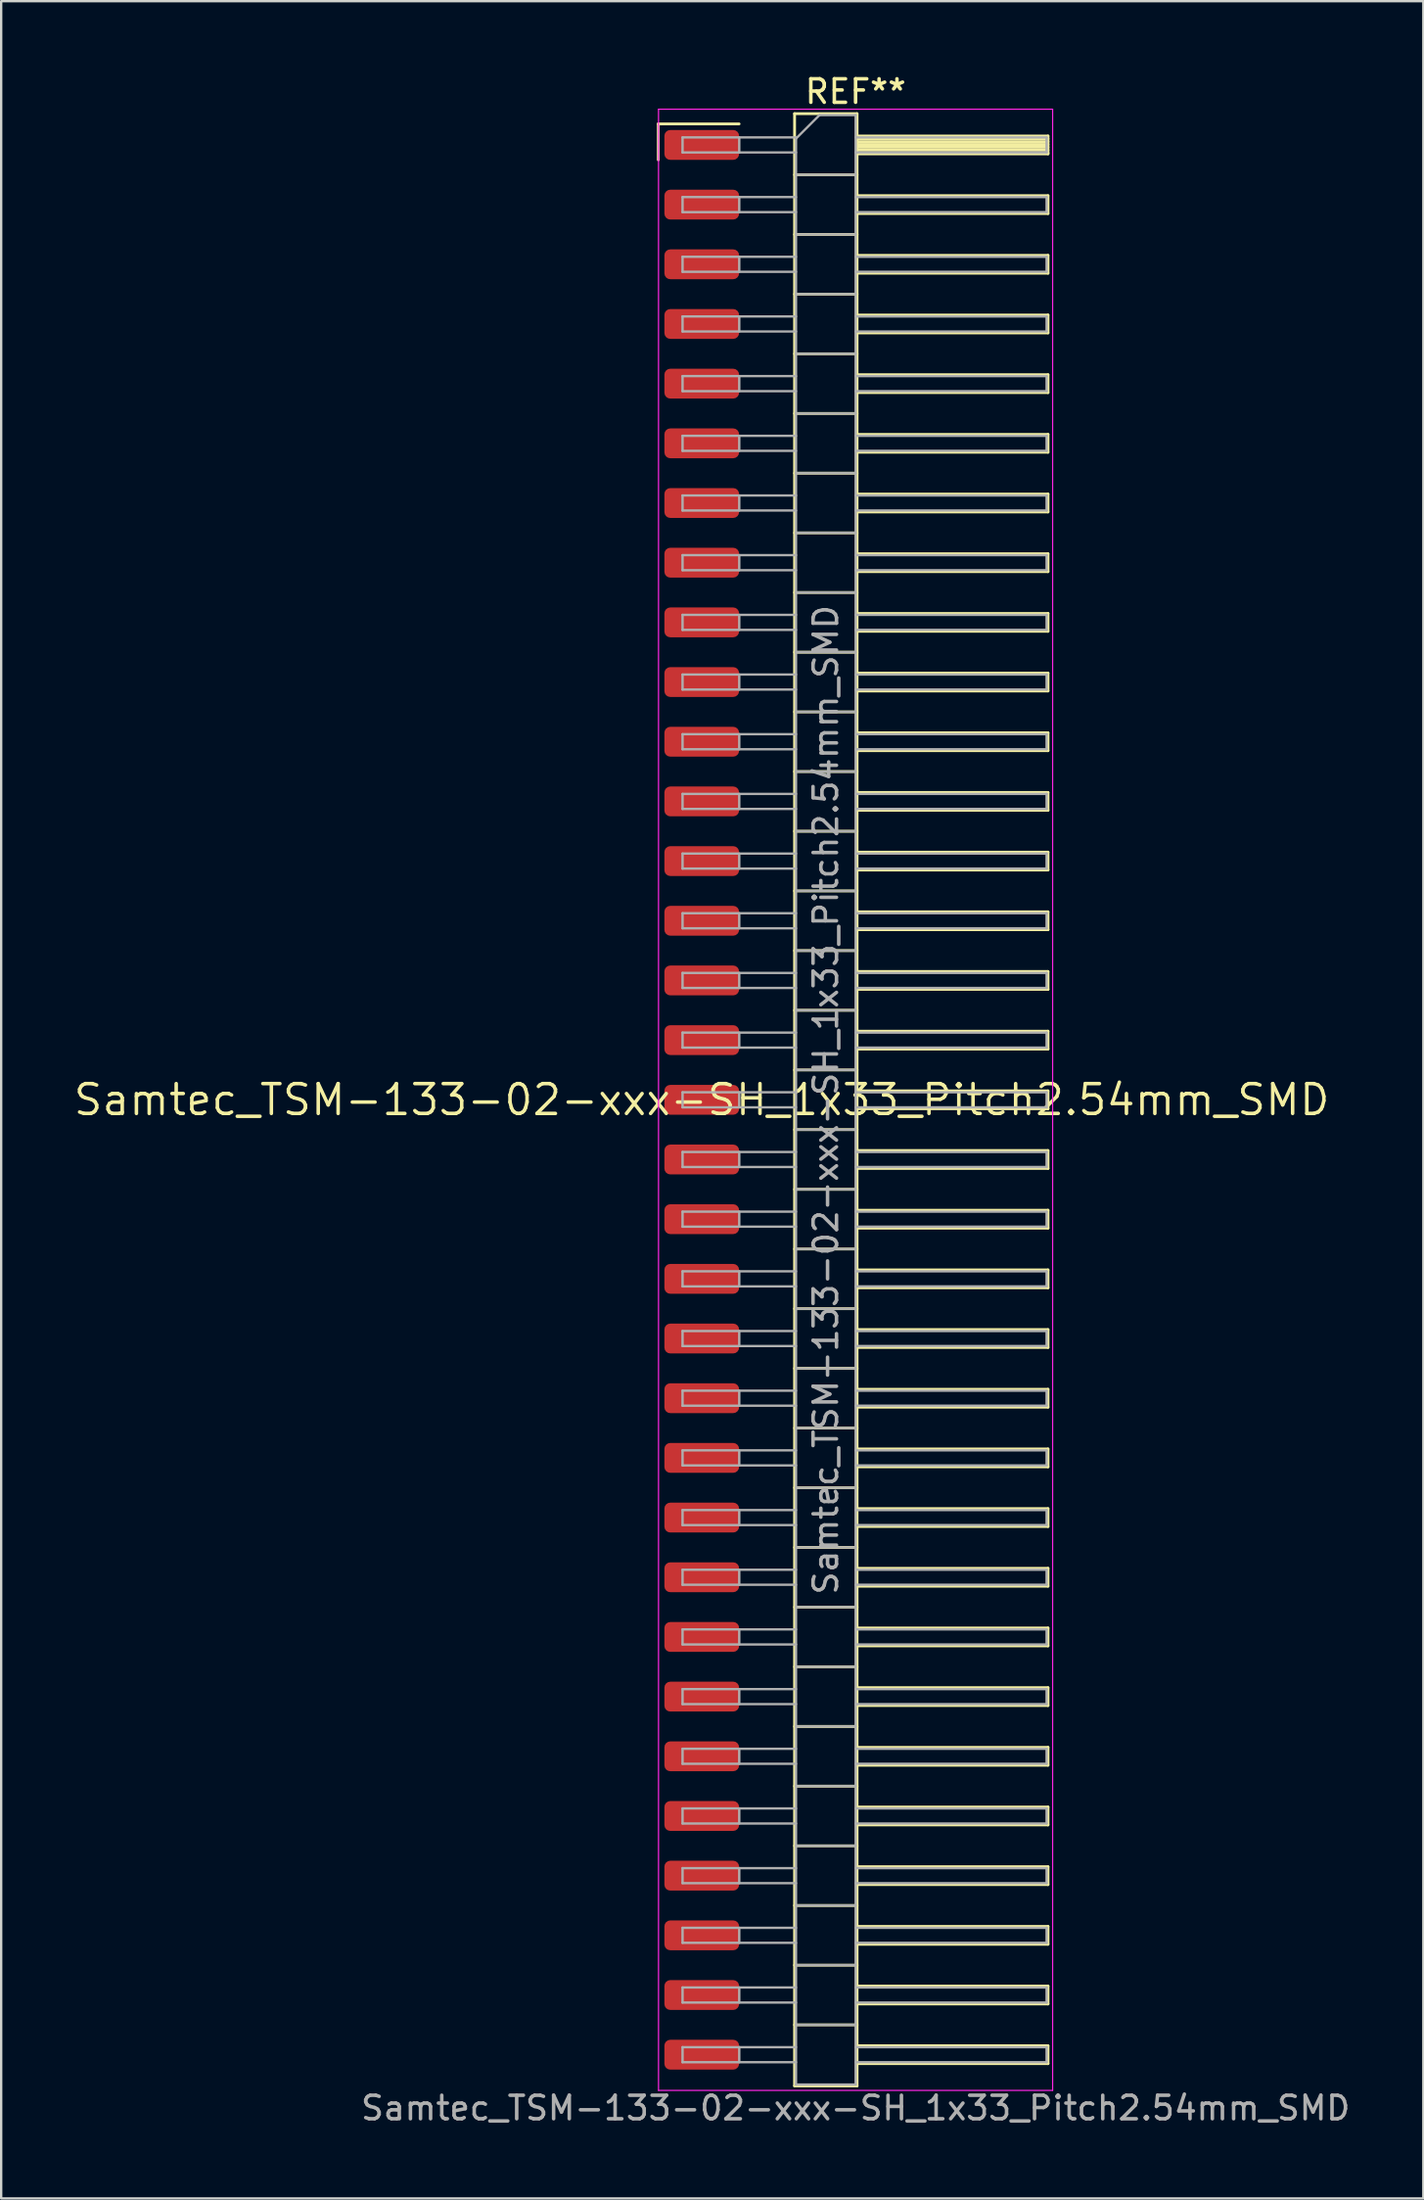
<source format=kicad_pcb>
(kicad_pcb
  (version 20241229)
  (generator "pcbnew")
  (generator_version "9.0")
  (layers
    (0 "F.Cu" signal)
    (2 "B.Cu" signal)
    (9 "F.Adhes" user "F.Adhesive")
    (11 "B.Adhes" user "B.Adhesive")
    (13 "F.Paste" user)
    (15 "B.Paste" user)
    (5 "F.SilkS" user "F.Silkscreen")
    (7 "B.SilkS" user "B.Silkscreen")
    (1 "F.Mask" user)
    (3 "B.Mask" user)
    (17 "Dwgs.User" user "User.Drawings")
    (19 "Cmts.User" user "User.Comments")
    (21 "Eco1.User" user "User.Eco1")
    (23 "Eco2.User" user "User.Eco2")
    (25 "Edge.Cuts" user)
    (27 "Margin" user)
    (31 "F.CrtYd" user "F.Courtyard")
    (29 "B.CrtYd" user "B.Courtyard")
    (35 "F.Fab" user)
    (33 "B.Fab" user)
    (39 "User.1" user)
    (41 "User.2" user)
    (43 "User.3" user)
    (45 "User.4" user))
  (footprint "Samtec_TSM-133-02-xxx-SH_1x33_Pitch2.54mm_SMD"
    (layer "F.Cu")
    (at 26.828 43.758)
    (property "Reference" "Samtec_TSM-133-02-xxx-SH_1x33_Pitch2.54mm_SMD" (at 0 0 0) (layer "F.SilkS") (effects (font (size 1.27 1.27) (thickness 0.15))))
    (attr smd)
    (fp_line (start -1.85 -41.535) (end 1.59 -41.535) (stroke (width 0.12) (type solid)) (layer "F.SilkS"))
    (fp_line (start -1.85 -40.005) (end -1.85 -41.535) (stroke (width 0.12) (type solid)) (layer "F.SilkS"))
    (fp_line (start 3.953 -41.97) (end 6.613 -41.97) (stroke (width 0.12) (type solid)) (layer "F.SilkS"))
    (fp_line (start 3.953 -39.37) (end 6.613 -39.37) (stroke (width 0.12) (type solid)) (layer "F.SilkS"))
    (fp_line (start 3.953 -36.83) (end 6.613 -36.83) (stroke (width 0.12) (type solid)) (layer "F.SilkS"))
    (fp_line (start 3.953 -34.29) (end 6.613 -34.29) (stroke (width 0.12) (type solid)) (layer "F.SilkS"))
    (fp_line (start 3.953 -31.75) (end 6.613 -31.75) (stroke (width 0.12) (type solid)) (layer "F.SilkS"))
    (fp_line (start 3.953 -29.21) (end 6.613 -29.21) (stroke (width 0.12) (type solid)) (layer "F.SilkS"))
    (fp_line (start 3.953 -26.67) (end 6.613 -26.67) (stroke (width 0.12) (type solid)) (layer "F.SilkS"))
    (fp_line (start 3.953 -24.13) (end 6.613 -24.13) (stroke (width 0.12) (type solid)) (layer "F.SilkS"))
    (fp_line (start 3.953 -21.59) (end 6.613 -21.59) (stroke (width 0.12) (type solid)) (layer "F.SilkS"))
    (fp_line (start 3.953 -19.05) (end 6.613 -19.05) (stroke (width 0.12) (type solid)) (layer "F.SilkS"))
    (fp_line (start 3.953 -16.51) (end 6.613 -16.51) (stroke (width 0.12) (type solid)) (layer "F.SilkS"))
    (fp_line (start 3.953 -13.97) (end 6.613 -13.97) (stroke (width 0.12) (type solid)) (layer "F.SilkS"))
    (fp_line (start 3.953 -11.43) (end 6.613 -11.43) (stroke (width 0.12) (type solid)) (layer "F.SilkS"))
    (fp_line (start 3.953 -8.89) (end 6.613 -8.89) (stroke (width 0.12) (type solid)) (layer "F.SilkS"))
    (fp_line (start 3.953 -6.35) (end 6.613 -6.35) (stroke (width 0.12) (type solid)) (layer "F.SilkS"))
    (fp_line (start 3.953 -3.81) (end 6.613 -3.81) (stroke (width 0.12) (type solid)) (layer "F.SilkS"))
    (fp_line (start 3.953 -1.27) (end 6.613 -1.27) (stroke (width 0.12) (type solid)) (layer "F.SilkS"))
    (fp_line (start 3.953 1.27) (end 6.613 1.27) (stroke (width 0.12) (type solid)) (layer "F.SilkS"))
    (fp_line (start 3.953 3.81) (end 6.613 3.81) (stroke (width 0.12) (type solid)) (layer "F.SilkS"))
    (fp_line (start 3.953 6.35) (end 6.613 6.35) (stroke (width 0.12) (type solid)) (layer "F.SilkS"))
    (fp_line (start 3.953 8.89) (end 6.613 8.89) (stroke (width 0.12) (type solid)) (layer "F.SilkS"))
    (fp_line (start 3.953 11.43) (end 6.613 11.43) (stroke (width 0.12) (type solid)) (layer "F.SilkS"))
    (fp_line (start 3.953 13.97) (end 6.613 13.97) (stroke (width 0.12) (type solid)) (layer "F.SilkS"))
    (fp_line (start 3.953 16.51) (end 6.613 16.51) (stroke (width 0.12) (type solid)) (layer "F.SilkS"))
    (fp_line (start 3.953 19.05) (end 6.613 19.05) (stroke (width 0.12) (type solid)) (layer "F.SilkS"))
    (fp_line (start 3.953 21.59) (end 6.613 21.59) (stroke (width 0.12) (type solid)) (layer "F.SilkS"))
    (fp_line (start 3.953 24.13) (end 6.613 24.13) (stroke (width 0.12) (type solid)) (layer "F.SilkS"))
    (fp_line (start 3.953 26.67) (end 6.613 26.67) (stroke (width 0.12) (type solid)) (layer "F.SilkS"))
    (fp_line (start 3.953 29.21) (end 6.613 29.21) (stroke (width 0.12) (type solid)) (layer "F.SilkS"))
    (fp_line (start 3.953 31.75) (end 6.613 31.75) (stroke (width 0.12) (type solid)) (layer "F.SilkS"))
    (fp_line (start 3.953 34.29) (end 6.613 34.29) (stroke (width 0.12) (type solid)) (layer "F.SilkS"))
    (fp_line (start 3.953 36.83) (end 6.613 36.83) (stroke (width 0.12) (type solid)) (layer "F.SilkS"))
    (fp_line (start 3.953 39.37) (end 6.613 39.37) (stroke (width 0.12) (type solid)) (layer "F.SilkS"))
    (fp_line (start 3.953 41.97) (end 3.953 -41.97) (stroke (width 0.12) (type solid)) (layer "F.SilkS"))
    (fp_line (start 6.613 -41.97) (end 6.613 41.97) (stroke (width 0.12) (type solid)) (layer "F.SilkS"))
    (fp_line (start 6.613 -41.02) (end 14.743 -41.02) (stroke (width 0.12) (type solid)) (layer "F.SilkS"))
    (fp_line (start 6.613 -40.9) (end 14.743 -40.9) (stroke (width 0.12) (type solid)) (layer "F.SilkS"))
    (fp_line (start 6.613 -40.78) (end 14.743 -40.78) (stroke (width 0.12) (type solid)) (layer "F.SilkS"))
    (fp_line (start 6.613 -40.66) (end 14.743 -40.66) (stroke (width 0.12) (type solid)) (layer "F.SilkS"))
    (fp_line (start 6.613 -40.54) (end 14.743 -40.54) (stroke (width 0.12) (type solid)) (layer "F.SilkS"))
    (fp_line (start 6.613 -40.42) (end 14.743 -40.42) (stroke (width 0.12) (type solid)) (layer "F.SilkS"))
    (fp_line (start 6.613 -40.3) (end 14.743 -40.3) (stroke (width 0.12) (type solid)) (layer "F.SilkS"))
    (fp_line (start 6.613 -40.26) (end 14.743 -40.26) (stroke (width 0.12) (type solid)) (layer "F.SilkS"))
    (fp_line (start 6.613 -38.48) (end 14.743 -38.48) (stroke (width 0.12) (type solid)) (layer "F.SilkS"))
    (fp_line (start 6.613 -37.72) (end 14.743 -37.72) (stroke (width 0.12) (type solid)) (layer "F.SilkS"))
    (fp_line (start 6.613 -35.94) (end 14.743 -35.94) (stroke (width 0.12) (type solid)) (layer "F.SilkS"))
    (fp_line (start 6.613 -35.18) (end 14.743 -35.18) (stroke (width 0.12) (type solid)) (layer "F.SilkS"))
    (fp_line (start 6.613 -33.4) (end 14.743 -33.4) (stroke (width 0.12) (type solid)) (layer "F.SilkS"))
    (fp_line (start 6.613 -32.64) (end 14.743 -32.64) (stroke (width 0.12) (type solid)) (layer "F.SilkS"))
    (fp_line (start 6.613 -30.86) (end 14.743 -30.86) (stroke (width 0.12) (type solid)) (layer "F.SilkS"))
    (fp_line (start 6.613 -30.1) (end 14.743 -30.1) (stroke (width 0.12) (type solid)) (layer "F.SilkS"))
    (fp_line (start 6.613 -28.32) (end 14.743 -28.32) (stroke (width 0.12) (type solid)) (layer "F.SilkS"))
    (fp_line (start 6.613 -27.56) (end 14.743 -27.56) (stroke (width 0.12) (type solid)) (layer "F.SilkS"))
    (fp_line (start 6.613 -25.78) (end 14.743 -25.78) (stroke (width 0.12) (type solid)) (layer "F.SilkS"))
    (fp_line (start 6.613 -25.02) (end 14.743 -25.02) (stroke (width 0.12) (type solid)) (layer "F.SilkS"))
    (fp_line (start 6.613 -23.24) (end 14.743 -23.24) (stroke (width 0.12) (type solid)) (layer "F.SilkS"))
    (fp_line (start 6.613 -22.48) (end 14.743 -22.48) (stroke (width 0.12) (type solid)) (layer "F.SilkS"))
    (fp_line (start 6.613 -20.7) (end 14.743 -20.7) (stroke (width 0.12) (type solid)) (layer "F.SilkS"))
    (fp_line (start 6.613 -19.94) (end 14.743 -19.94) (stroke (width 0.12) (type solid)) (layer "F.SilkS"))
    (fp_line (start 6.613 -18.16) (end 14.743 -18.16) (stroke (width 0.12) (type solid)) (layer "F.SilkS"))
    (fp_line (start 6.613 -17.4) (end 14.743 -17.4) (stroke (width 0.12) (type solid)) (layer "F.SilkS"))
    (fp_line (start 6.613 -15.62) (end 14.743 -15.62) (stroke (width 0.12) (type solid)) (layer "F.SilkS"))
    (fp_line (start 6.613 -14.86) (end 14.743 -14.86) (stroke (width 0.12) (type solid)) (layer "F.SilkS"))
    (fp_line (start 6.613 -13.08) (end 14.743 -13.08) (stroke (width 0.12) (type solid)) (layer "F.SilkS"))
    (fp_line (start 6.613 -12.32) (end 14.743 -12.32) (stroke (width 0.12) (type solid)) (layer "F.SilkS"))
    (fp_line (start 6.613 -10.54) (end 14.743 -10.54) (stroke (width 0.12) (type solid)) (layer "F.SilkS"))
    (fp_line (start 6.613 -9.78) (end 14.743 -9.78) (stroke (width 0.12) (type solid)) (layer "F.SilkS"))
    (fp_line (start 6.613 -8) (end 14.743 -8) (stroke (width 0.12) (type solid)) (layer "F.SilkS"))
    (fp_line (start 6.613 -7.24) (end 14.743 -7.24) (stroke (width 0.12) (type solid)) (layer "F.SilkS"))
    (fp_line (start 6.613 -5.46) (end 14.743 -5.46) (stroke (width 0.12) (type solid)) (layer "F.SilkS"))
    (fp_line (start 6.613 -4.7) (end 14.743 -4.7) (stroke (width 0.12) (type solid)) (layer "F.SilkS"))
    (fp_line (start 6.613 -2.92) (end 14.743 -2.92) (stroke (width 0.12) (type solid)) (layer "F.SilkS"))
    (fp_line (start 6.613 -2.16) (end 14.743 -2.16) (stroke (width 0.12) (type solid)) (layer "F.SilkS"))
    (fp_line (start 6.613 -0.38) (end 14.743 -0.38) (stroke (width 0.12) (type solid)) (layer "F.SilkS"))
    (fp_line (start 6.613 0.38) (end 14.743 0.38) (stroke (width 0.12) (type solid)) (layer "F.SilkS"))
    (fp_line (start 6.613 2.16) (end 14.743 2.16) (stroke (width 0.12) (type solid)) (layer "F.SilkS"))
    (fp_line (start 6.613 2.92) (end 14.743 2.92) (stroke (width 0.12) (type solid)) (layer "F.SilkS"))
    (fp_line (start 6.613 4.7) (end 14.743 4.7) (stroke (width 0.12) (type solid)) (layer "F.SilkS"))
    (fp_line (start 6.613 5.46) (end 14.743 5.46) (stroke (width 0.12) (type solid)) (layer "F.SilkS"))
    (fp_line (start 6.613 7.24) (end 14.743 7.24) (stroke (width 0.12) (type solid)) (layer "F.SilkS"))
    (fp_line (start 6.613 8) (end 14.743 8) (stroke (width 0.12) (type solid)) (layer "F.SilkS"))
    (fp_line (start 6.613 9.78) (end 14.743 9.78) (stroke (width 0.12) (type solid)) (layer "F.SilkS"))
    (fp_line (start 6.613 10.54) (end 14.743 10.54) (stroke (width 0.12) (type solid)) (layer "F.SilkS"))
    (fp_line (start 6.613 12.32) (end 14.743 12.32) (stroke (width 0.12) (type solid)) (layer "F.SilkS"))
    (fp_line (start 6.613 13.08) (end 14.743 13.08) (stroke (width 0.12) (type solid)) (layer "F.SilkS"))
    (fp_line (start 6.613 14.86) (end 14.743 14.86) (stroke (width 0.12) (type solid)) (layer "F.SilkS"))
    (fp_line (start 6.613 15.62) (end 14.743 15.62) (stroke (width 0.12) (type solid)) (layer "F.SilkS"))
    (fp_line (start 6.613 17.4) (end 14.743 17.4) (stroke (width 0.12) (type solid)) (layer "F.SilkS"))
    (fp_line (start 6.613 18.16) (end 14.743 18.16) (stroke (width 0.12) (type solid)) (layer "F.SilkS"))
    (fp_line (start 6.613 19.94) (end 14.743 19.94) (stroke (width 0.12) (type solid)) (layer "F.SilkS"))
    (fp_line (start 6.613 20.7) (end 14.743 20.7) (stroke (width 0.12) (type solid)) (layer "F.SilkS"))
    (fp_line (start 6.613 22.48) (end 14.743 22.48) (stroke (width 0.12) (type solid)) (layer "F.SilkS"))
    (fp_line (start 6.613 23.24) (end 14.743 23.24) (stroke (width 0.12) (type solid)) (layer "F.SilkS"))
    (fp_line (start 6.613 25.02) (end 14.743 25.02) (stroke (width 0.12) (type solid)) (layer "F.SilkS"))
    (fp_line (start 6.613 25.78) (end 14.743 25.78) (stroke (width 0.12) (type solid)) (layer "F.SilkS"))
    (fp_line (start 6.613 27.56) (end 14.743 27.56) (stroke (width 0.12) (type solid)) (layer "F.SilkS"))
    (fp_line (start 6.613 28.32) (end 14.743 28.32) (stroke (width 0.12) (type solid)) (layer "F.SilkS"))
    (fp_line (start 6.613 30.1) (end 14.743 30.1) (stroke (width 0.12) (type solid)) (layer "F.SilkS"))
    (fp_line (start 6.613 30.86) (end 14.743 30.86) (stroke (width 0.12) (type solid)) (layer "F.SilkS"))
    (fp_line (start 6.613 32.64) (end 14.743 32.64) (stroke (width 0.12) (type solid)) (layer "F.SilkS"))
    (fp_line (start 6.613 33.4) (end 14.743 33.4) (stroke (width 0.12) (type solid)) (layer "F.SilkS"))
    (fp_line (start 6.613 35.18) (end 14.743 35.18) (stroke (width 0.12) (type solid)) (layer "F.SilkS"))
    (fp_line (start 6.613 35.94) (end 14.743 35.94) (stroke (width 0.12) (type solid)) (layer "F.SilkS"))
    (fp_line (start 6.613 37.72) (end 14.743 37.72) (stroke (width 0.12) (type solid)) (layer "F.SilkS"))
    (fp_line (start 6.613 38.48) (end 14.743 38.48) (stroke (width 0.12) (type solid)) (layer "F.SilkS"))
    (fp_line (start 6.613 40.26) (end 14.743 40.26) (stroke (width 0.12) (type solid)) (layer "F.SilkS"))
    (fp_line (start 6.613 41.02) (end 14.743 41.02) (stroke (width 0.12) (type solid)) (layer "F.SilkS"))
    (fp_line (start 6.613 41.97) (end 3.953 41.97) (stroke (width 0.12) (type solid)) (layer "F.SilkS"))
    (fp_line (start 14.743 -41.02) (end 14.743 -40.26) (stroke (width 0.12) (type solid)) (layer "F.SilkS"))
    (fp_line (start 14.743 -38.48) (end 14.743 -37.72) (stroke (width 0.12) (type solid)) (layer "F.SilkS"))
    (fp_line (start 14.743 -35.94) (end 14.743 -35.18) (stroke (width 0.12) (type solid)) (layer "F.SilkS"))
    (fp_line (start 14.743 -33.4) (end 14.743 -32.64) (stroke (width 0.12) (type solid)) (layer "F.SilkS"))
    (fp_line (start 14.743 -30.86) (end 14.743 -30.1) (stroke (width 0.12) (type solid)) (layer "F.SilkS"))
    (fp_line (start 14.743 -28.32) (end 14.743 -27.56) (stroke (width 0.12) (type solid)) (layer "F.SilkS"))
    (fp_line (start 14.743 -25.78) (end 14.743 -25.02) (stroke (width 0.12) (type solid)) (layer "F.SilkS"))
    (fp_line (start 14.743 -23.24) (end 14.743 -22.48) (stroke (width 0.12) (type solid)) (layer "F.SilkS"))
    (fp_line (start 14.743 -20.7) (end 14.743 -19.94) (stroke (width 0.12) (type solid)) (layer "F.SilkS"))
    (fp_line (start 14.743 -18.16) (end 14.743 -17.4) (stroke (width 0.12) (type solid)) (layer "F.SilkS"))
    (fp_line (start 14.743 -15.62) (end 14.743 -14.86) (stroke (width 0.12) (type solid)) (layer "F.SilkS"))
    (fp_line (start 14.743 -13.08) (end 14.743 -12.32) (stroke (width 0.12) (type solid)) (layer "F.SilkS"))
    (fp_line (start 14.743 -10.54) (end 14.743 -9.78) (stroke (width 0.12) (type solid)) (layer "F.SilkS"))
    (fp_line (start 14.743 -8) (end 14.743 -7.24) (stroke (width 0.12) (type solid)) (layer "F.SilkS"))
    (fp_line (start 14.743 -5.46) (end 14.743 -4.7) (stroke (width 0.12) (type solid)) (layer "F.SilkS"))
    (fp_line (start 14.743 -2.92) (end 14.743 -2.16) (stroke (width 0.12) (type solid)) (layer "F.SilkS"))
    (fp_line (start 14.743 -0.38) (end 14.743 0.38) (stroke (width 0.12) (type solid)) (layer "F.SilkS"))
    (fp_line (start 14.743 2.16) (end 14.743 2.92) (stroke (width 0.12) (type solid)) (layer "F.SilkS"))
    (fp_line (start 14.743 4.7) (end 14.743 5.46) (stroke (width 0.12) (type solid)) (layer "F.SilkS"))
    (fp_line (start 14.743 7.24) (end 14.743 8) (stroke (width 0.12) (type solid)) (layer "F.SilkS"))
    (fp_line (start 14.743 9.78) (end 14.743 10.54) (stroke (width 0.12) (type solid)) (layer "F.SilkS"))
    (fp_line (start 14.743 12.32) (end 14.743 13.08) (stroke (width 0.12) (type solid)) (layer "F.SilkS"))
    (fp_line (start 14.743 14.86) (end 14.743 15.62) (stroke (width 0.12) (type solid)) (layer "F.SilkS"))
    (fp_line (start 14.743 17.4) (end 14.743 18.16) (stroke (width 0.12) (type solid)) (layer "F.SilkS"))
    (fp_line (start 14.743 19.94) (end 14.743 20.7) (stroke (width 0.12) (type solid)) (layer "F.SilkS"))
    (fp_line (start 14.743 22.48) (end 14.743 23.24) (stroke (width 0.12) (type solid)) (layer "F.SilkS"))
    (fp_line (start 14.743 25.02) (end 14.743 25.78) (stroke (width 0.12) (type solid)) (layer "F.SilkS"))
    (fp_line (start 14.743 27.56) (end 14.743 28.32) (stroke (width 0.12) (type solid)) (layer "F.SilkS"))
    (fp_line (start 14.743 30.1) (end 14.743 30.86) (stroke (width 0.12) (type solid)) (layer "F.SilkS"))
    (fp_line (start 14.743 32.64) (end 14.743 33.4) (stroke (width 0.12) (type solid)) (layer "F.SilkS"))
    (fp_line (start 14.743 35.18) (end 14.743 35.94) (stroke (width 0.12) (type solid)) (layer "F.SilkS"))
    (fp_line (start 14.743 37.72) (end 14.743 38.48) (stroke (width 0.12) (type solid)) (layer "F.SilkS"))
    (fp_line (start 14.743 40.26) (end 14.743 41.02) (stroke (width 0.12) (type solid)) (layer "F.SilkS"))
    (fp_line (start -1.84 -42.16) (end 14.94 -42.16) (stroke (width 0.05) (type solid)) (layer "F.CrtYd"))
    (fp_line (start -1.84 42.16) (end -1.84 -42.16) (stroke (width 0.05) (type solid)) (layer "F.CrtYd"))
    (fp_line (start 14.94 -42.16) (end 14.94 42.16) (stroke (width 0.05) (type solid)) (layer "F.CrtYd"))
    (fp_line (start 14.94 42.16) (end -1.84 42.16) (stroke (width 0.05) (type solid)) (layer "F.CrtYd"))
    (fp_line (start -0.817 -40.96) (end -0.817 -40.32) (stroke (width 0.1) (type solid)) (layer "F.Fab"))
    (fp_line (start -0.817 -40.96) (end 4.013 -40.96) (stroke (width 0.1) (type solid)) (layer "F.Fab"))
    (fp_line (start -0.817 -40.32) (end 4.013 -40.32) (stroke (width 0.1) (type solid)) (layer "F.Fab"))
    (fp_line (start -0.817 -38.42) (end -0.817 -37.78) (stroke (width 0.1) (type solid)) (layer "F.Fab"))
    (fp_line (start -0.817 -38.42) (end 4.013 -38.42) (stroke (width 0.1) (type solid)) (layer "F.Fab"))
    (fp_line (start -0.817 -37.78) (end 4.013 -37.78) (stroke (width 0.1) (type solid)) (layer "F.Fab"))
    (fp_line (start -0.817 -35.88) (end -0.817 -35.24) (stroke (width 0.1) (type solid)) (layer "F.Fab"))
    (fp_line (start -0.817 -35.88) (end 4.013 -35.88) (stroke (width 0.1) (type solid)) (layer "F.Fab"))
    (fp_line (start -0.817 -35.24) (end 4.013 -35.24) (stroke (width 0.1) (type solid)) (layer "F.Fab"))
    (fp_line (start -0.817 -33.34) (end -0.817 -32.7) (stroke (width 0.1) (type solid)) (layer "F.Fab"))
    (fp_line (start -0.817 -33.34) (end 4.013 -33.34) (stroke (width 0.1) (type solid)) (layer "F.Fab"))
    (fp_line (start -0.817 -32.7) (end 4.013 -32.7) (stroke (width 0.1) (type solid)) (layer "F.Fab"))
    (fp_line (start -0.817 -30.8) (end -0.817 -30.16) (stroke (width 0.1) (type solid)) (layer "F.Fab"))
    (fp_line (start -0.817 -30.8) (end 4.013 -30.8) (stroke (width 0.1) (type solid)) (layer "F.Fab"))
    (fp_line (start -0.817 -30.16) (end 4.013 -30.16) (stroke (width 0.1) (type solid)) (layer "F.Fab"))
    (fp_line (start -0.817 -28.26) (end -0.817 -27.62) (stroke (width 0.1) (type solid)) (layer "F.Fab"))
    (fp_line (start -0.817 -28.26) (end 4.013 -28.26) (stroke (width 0.1) (type solid)) (layer "F.Fab"))
    (fp_line (start -0.817 -27.62) (end 4.013 -27.62) (stroke (width 0.1) (type solid)) (layer "F.Fab"))
    (fp_line (start -0.817 -25.72) (end -0.817 -25.08) (stroke (width 0.1) (type solid)) (layer "F.Fab"))
    (fp_line (start -0.817 -25.72) (end 4.013 -25.72) (stroke (width 0.1) (type solid)) (layer "F.Fab"))
    (fp_line (start -0.817 -25.08) (end 4.013 -25.08) (stroke (width 0.1) (type solid)) (layer "F.Fab"))
    (fp_line (start -0.817 -23.18) (end -0.817 -22.54) (stroke (width 0.1) (type solid)) (layer "F.Fab"))
    (fp_line (start -0.817 -23.18) (end 4.013 -23.18) (stroke (width 0.1) (type solid)) (layer "F.Fab"))
    (fp_line (start -0.817 -22.54) (end 4.013 -22.54) (stroke (width 0.1) (type solid)) (layer "F.Fab"))
    (fp_line (start -0.817 -20.64) (end -0.817 -20) (stroke (width 0.1) (type solid)) (layer "F.Fab"))
    (fp_line (start -0.817 -20.64) (end 4.013 -20.64) (stroke (width 0.1) (type solid)) (layer "F.Fab"))
    (fp_line (start -0.817 -20) (end 4.013 -20) (stroke (width 0.1) (type solid)) (layer "F.Fab"))
    (fp_line (start -0.817 -18.1) (end -0.817 -17.46) (stroke (width 0.1) (type solid)) (layer "F.Fab"))
    (fp_line (start -0.817 -18.1) (end 4.013 -18.1) (stroke (width 0.1) (type solid)) (layer "F.Fab"))
    (fp_line (start -0.817 -17.46) (end 4.013 -17.46) (stroke (width 0.1) (type solid)) (layer "F.Fab"))
    (fp_line (start -0.817 -15.56) (end -0.817 -14.92) (stroke (width 0.1) (type solid)) (layer "F.Fab"))
    (fp_line (start -0.817 -15.56) (end 4.013 -15.56) (stroke (width 0.1) (type solid)) (layer "F.Fab"))
    (fp_line (start -0.817 -14.92) (end 4.013 -14.92) (stroke (width 0.1) (type solid)) (layer "F.Fab"))
    (fp_line (start -0.817 -13.02) (end -0.817 -12.38) (stroke (width 0.1) (type solid)) (layer "F.Fab"))
    (fp_line (start -0.817 -13.02) (end 4.013 -13.02) (stroke (width 0.1) (type solid)) (layer "F.Fab"))
    (fp_line (start -0.817 -12.38) (end 4.013 -12.38) (stroke (width 0.1) (type solid)) (layer "F.Fab"))
    (fp_line (start -0.817 -10.48) (end -0.817 -9.84) (stroke (width 0.1) (type solid)) (layer "F.Fab"))
    (fp_line (start -0.817 -10.48) (end 4.013 -10.48) (stroke (width 0.1) (type solid)) (layer "F.Fab"))
    (fp_line (start -0.817 -9.84) (end 4.013 -9.84) (stroke (width 0.1) (type solid)) (layer "F.Fab"))
    (fp_line (start -0.817 -7.94) (end -0.817 -7.3) (stroke (width 0.1) (type solid)) (layer "F.Fab"))
    (fp_line (start -0.817 -7.94) (end 4.013 -7.94) (stroke (width 0.1) (type solid)) (layer "F.Fab"))
    (fp_line (start -0.817 -7.3) (end 4.013 -7.3) (stroke (width 0.1) (type solid)) (layer "F.Fab"))
    (fp_line (start -0.817 -5.4) (end -0.817 -4.76) (stroke (width 0.1) (type solid)) (layer "F.Fab"))
    (fp_line (start -0.817 -5.4) (end 4.013 -5.4) (stroke (width 0.1) (type solid)) (layer "F.Fab"))
    (fp_line (start -0.817 -4.76) (end 4.013 -4.76) (stroke (width 0.1) (type solid)) (layer "F.Fab"))
    (fp_line (start -0.817 -2.86) (end -0.817 -2.22) (stroke (width 0.1) (type solid)) (layer "F.Fab"))
    (fp_line (start -0.817 -2.86) (end 4.013 -2.86) (stroke (width 0.1) (type solid)) (layer "F.Fab"))
    (fp_line (start -0.817 -2.22) (end 4.013 -2.22) (stroke (width 0.1) (type solid)) (layer "F.Fab"))
    (fp_line (start -0.817 -0.32) (end -0.817 0.32) (stroke (width 0.1) (type solid)) (layer "F.Fab"))
    (fp_line (start -0.817 -0.32) (end 4.013 -0.32) (stroke (width 0.1) (type solid)) (layer "F.Fab"))
    (fp_line (start -0.817 0.32) (end 4.013 0.32) (stroke (width 0.1) (type solid)) (layer "F.Fab"))
    (fp_line (start -0.817 2.22) (end -0.817 2.86) (stroke (width 0.1) (type solid)) (layer "F.Fab"))
    (fp_line (start -0.817 2.22) (end 4.013 2.22) (stroke (width 0.1) (type solid)) (layer "F.Fab"))
    (fp_line (start -0.817 2.86) (end 4.013 2.86) (stroke (width 0.1) (type solid)) (layer "F.Fab"))
    (fp_line (start -0.817 4.76) (end -0.817 5.4) (stroke (width 0.1) (type solid)) (layer "F.Fab"))
    (fp_line (start -0.817 4.76) (end 4.013 4.76) (stroke (width 0.1) (type solid)) (layer "F.Fab"))
    (fp_line (start -0.817 5.4) (end 4.013 5.4) (stroke (width 0.1) (type solid)) (layer "F.Fab"))
    (fp_line (start -0.817 7.3) (end -0.817 7.94) (stroke (width 0.1) (type solid)) (layer "F.Fab"))
    (fp_line (start -0.817 7.3) (end 4.013 7.3) (stroke (width 0.1) (type solid)) (layer "F.Fab"))
    (fp_line (start -0.817 7.94) (end 4.013 7.94) (stroke (width 0.1) (type solid)) (layer "F.Fab"))
    (fp_line (start -0.817 9.84) (end -0.817 10.48) (stroke (width 0.1) (type solid)) (layer "F.Fab"))
    (fp_line (start -0.817 9.84) (end 4.013 9.84) (stroke (width 0.1) (type solid)) (layer "F.Fab"))
    (fp_line (start -0.817 10.48) (end 4.013 10.48) (stroke (width 0.1) (type solid)) (layer "F.Fab"))
    (fp_line (start -0.817 12.38) (end -0.817 13.02) (stroke (width 0.1) (type solid)) (layer "F.Fab"))
    (fp_line (start -0.817 12.38) (end 4.013 12.38) (stroke (width 0.1) (type solid)) (layer "F.Fab"))
    (fp_line (start -0.817 13.02) (end 4.013 13.02) (stroke (width 0.1) (type solid)) (layer "F.Fab"))
    (fp_line (start -0.817 14.92) (end -0.817 15.56) (stroke (width 0.1) (type solid)) (layer "F.Fab"))
    (fp_line (start -0.817 14.92) (end 4.013 14.92) (stroke (width 0.1) (type solid)) (layer "F.Fab"))
    (fp_line (start -0.817 15.56) (end 4.013 15.56) (stroke (width 0.1) (type solid)) (layer "F.Fab"))
    (fp_line (start -0.817 17.46) (end -0.817 18.1) (stroke (width 0.1) (type solid)) (layer "F.Fab"))
    (fp_line (start -0.817 17.46) (end 4.013 17.46) (stroke (width 0.1) (type solid)) (layer "F.Fab"))
    (fp_line (start -0.817 18.1) (end 4.013 18.1) (stroke (width 0.1) (type solid)) (layer "F.Fab"))
    (fp_line (start -0.817 20) (end -0.817 20.64) (stroke (width 0.1) (type solid)) (layer "F.Fab"))
    (fp_line (start -0.817 20) (end 4.013 20) (stroke (width 0.1) (type solid)) (layer "F.Fab"))
    (fp_line (start -0.817 20.64) (end 4.013 20.64) (stroke (width 0.1) (type solid)) (layer "F.Fab"))
    (fp_line (start -0.817 22.54) (end -0.817 23.18) (stroke (width 0.1) (type solid)) (layer "F.Fab"))
    (fp_line (start -0.817 22.54) (end 4.013 22.54) (stroke (width 0.1) (type solid)) (layer "F.Fab"))
    (fp_line (start -0.817 23.18) (end 4.013 23.18) (stroke (width 0.1) (type solid)) (layer "F.Fab"))
    (fp_line (start -0.817 25.08) (end -0.817 25.72) (stroke (width 0.1) (type solid)) (layer "F.Fab"))
    (fp_line (start -0.817 25.08) (end 4.013 25.08) (stroke (width 0.1) (type solid)) (layer "F.Fab"))
    (fp_line (start -0.817 25.72) (end 4.013 25.72) (stroke (width 0.1) (type solid)) (layer "F.Fab"))
    (fp_line (start -0.817 27.62) (end -0.817 28.26) (stroke (width 0.1) (type solid)) (layer "F.Fab"))
    (fp_line (start -0.817 27.62) (end 4.013 27.62) (stroke (width 0.1) (type solid)) (layer "F.Fab"))
    (fp_line (start -0.817 28.26) (end 4.013 28.26) (stroke (width 0.1) (type solid)) (layer "F.Fab"))
    (fp_line (start -0.817 30.16) (end -0.817 30.8) (stroke (width 0.1) (type solid)) (layer "F.Fab"))
    (fp_line (start -0.817 30.16) (end 4.013 30.16) (stroke (width 0.1) (type solid)) (layer "F.Fab"))
    (fp_line (start -0.817 30.8) (end 4.013 30.8) (stroke (width 0.1) (type solid)) (layer "F.Fab"))
    (fp_line (start -0.817 32.7) (end -0.817 33.34) (stroke (width 0.1) (type solid)) (layer "F.Fab"))
    (fp_line (start -0.817 32.7) (end 4.013 32.7) (stroke (width 0.1) (type solid)) (layer "F.Fab"))
    (fp_line (start -0.817 33.34) (end 4.013 33.34) (stroke (width 0.1) (type solid)) (layer "F.Fab"))
    (fp_line (start -0.817 35.24) (end -0.817 35.88) (stroke (width 0.1) (type solid)) (layer "F.Fab"))
    (fp_line (start -0.817 35.24) (end 4.013 35.24) (stroke (width 0.1) (type solid)) (layer "F.Fab"))
    (fp_line (start -0.817 35.88) (end 4.013 35.88) (stroke (width 0.1) (type solid)) (layer "F.Fab"))
    (fp_line (start -0.817 37.78) (end -0.817 38.42) (stroke (width 0.1) (type solid)) (layer "F.Fab"))
    (fp_line (start -0.817 37.78) (end 4.013 37.78) (stroke (width 0.1) (type solid)) (layer "F.Fab"))
    (fp_line (start -0.817 38.42) (end 4.013 38.42) (stroke (width 0.1) (type solid)) (layer "F.Fab"))
    (fp_line (start -0.817 40.32) (end -0.817 40.96) (stroke (width 0.1) (type solid)) (layer "F.Fab"))
    (fp_line (start -0.817 40.32) (end 4.013 40.32) (stroke (width 0.1) (type solid)) (layer "F.Fab"))
    (fp_line (start -0.817 40.96) (end 4.013 40.96) (stroke (width 0.1) (type solid)) (layer "F.Fab"))
    (fp_line (start 1.598 -40.96) (end 1.598 -40.32) (stroke (width 0.1) (type solid)) (layer "F.Fab"))
    (fp_line (start 1.598 -38.42) (end 1.598 -37.78) (stroke (width 0.1) (type solid)) (layer "F.Fab"))
    (fp_line (start 1.598 -35.88) (end 1.598 -35.24) (stroke (width 0.1) (type solid)) (layer "F.Fab"))
    (fp_line (start 1.598 -33.34) (end 1.598 -32.7) (stroke (width 0.1) (type solid)) (layer "F.Fab"))
    (fp_line (start 1.598 -30.8) (end 1.598 -30.16) (stroke (width 0.1) (type solid)) (layer "F.Fab"))
    (fp_line (start 1.598 -28.26) (end 1.598 -27.62) (stroke (width 0.1) (type solid)) (layer "F.Fab"))
    (fp_line (start 1.598 -25.72) (end 1.598 -25.08) (stroke (width 0.1) (type solid)) (layer "F.Fab"))
    (fp_line (start 1.598 -23.18) (end 1.598 -22.54) (stroke (width 0.1) (type solid)) (layer "F.Fab"))
    (fp_line (start 1.598 -20.64) (end 1.598 -20) (stroke (width 0.1) (type solid)) (layer "F.Fab"))
    (fp_line (start 1.598 -18.1) (end 1.598 -17.46) (stroke (width 0.1) (type solid)) (layer "F.Fab"))
    (fp_line (start 1.598 -15.56) (end 1.598 -14.92) (stroke (width 0.1) (type solid)) (layer "F.Fab"))
    (fp_line (start 1.598 -13.02) (end 1.598 -12.38) (stroke (width 0.1) (type solid)) (layer "F.Fab"))
    (fp_line (start 1.598 -10.48) (end 1.598 -9.84) (stroke (width 0.1) (type solid)) (layer "F.Fab"))
    (fp_line (start 1.598 -7.94) (end 1.598 -7.3) (stroke (width 0.1) (type solid)) (layer "F.Fab"))
    (fp_line (start 1.598 -5.4) (end 1.598 -4.76) (stroke (width 0.1) (type solid)) (layer "F.Fab"))
    (fp_line (start 1.598 -2.86) (end 1.598 -2.22) (stroke (width 0.1) (type solid)) (layer "F.Fab"))
    (fp_line (start 1.598 -0.32) (end 1.598 0.32) (stroke (width 0.1) (type solid)) (layer "F.Fab"))
    (fp_line (start 1.598 2.22) (end 1.598 2.86) (stroke (width 0.1) (type solid)) (layer "F.Fab"))
    (fp_line (start 1.598 4.76) (end 1.598 5.4) (stroke (width 0.1) (type solid)) (layer "F.Fab"))
    (fp_line (start 1.598 7.3) (end 1.598 7.94) (stroke (width 0.1) (type solid)) (layer "F.Fab"))
    (fp_line (start 1.598 9.84) (end 1.598 10.48) (stroke (width 0.1) (type solid)) (layer "F.Fab"))
    (fp_line (start 1.598 12.38) (end 1.598 13.02) (stroke (width 0.1) (type solid)) (layer "F.Fab"))
    (fp_line (start 1.598 14.92) (end 1.598 15.56) (stroke (width 0.1) (type solid)) (layer "F.Fab"))
    (fp_line (start 1.598 17.46) (end 1.598 18.1) (stroke (width 0.1) (type solid)) (layer "F.Fab"))
    (fp_line (start 1.598 20) (end 1.598 20.64) (stroke (width 0.1) (type solid)) (layer "F.Fab"))
    (fp_line (start 1.598 22.54) (end 1.598 23.18) (stroke (width 0.1) (type solid)) (layer "F.Fab"))
    (fp_line (start 1.598 25.08) (end 1.598 25.72) (stroke (width 0.1) (type solid)) (layer "F.Fab"))
    (fp_line (start 1.598 27.62) (end 1.598 28.26) (stroke (width 0.1) (type solid)) (layer "F.Fab"))
    (fp_line (start 1.598 30.16) (end 1.598 30.8) (stroke (width 0.1) (type solid)) (layer "F.Fab"))
    (fp_line (start 1.598 32.7) (end 1.598 33.34) (stroke (width 0.1) (type solid)) (layer "F.Fab"))
    (fp_line (start 1.598 35.24) (end 1.598 35.88) (stroke (width 0.1) (type solid)) (layer "F.Fab"))
    (fp_line (start 1.598 37.78) (end 1.598 38.42) (stroke (width 0.1) (type solid)) (layer "F.Fab"))
    (fp_line (start 1.598 40.32) (end 1.598 40.96) (stroke (width 0.1) (type solid)) (layer "F.Fab"))
    (fp_line (start 4.013 -40.91) (end 5.013 -41.91) (stroke (width 0.1) (type solid)) (layer "F.Fab"))
    (fp_line (start 4.013 -39.37) (end 6.553 -39.37) (stroke (width 0.1) (type solid)) (layer "F.Fab"))
    (fp_line (start 4.013 -36.83) (end 6.553 -36.83) (stroke (width 0.1) (type solid)) (layer "F.Fab"))
    (fp_line (start 4.013 -34.29) (end 6.553 -34.29) (stroke (width 0.1) (type solid)) (layer "F.Fab"))
    (fp_line (start 4.013 -31.75) (end 6.553 -31.75) (stroke (width 0.1) (type solid)) (layer "F.Fab"))
    (fp_line (start 4.013 -29.21) (end 6.553 -29.21) (stroke (width 0.1) (type solid)) (layer "F.Fab"))
    (fp_line (start 4.013 -26.67) (end 6.553 -26.67) (stroke (width 0.1) (type solid)) (layer "F.Fab"))
    (fp_line (start 4.013 -24.13) (end 6.553 -24.13) (stroke (width 0.1) (type solid)) (layer "F.Fab"))
    (fp_line (start 4.013 -21.59) (end 6.553 -21.59) (stroke (width 0.1) (type solid)) (layer "F.Fab"))
    (fp_line (start 4.013 -19.05) (end 6.553 -19.05) (stroke (width 0.1) (type solid)) (layer "F.Fab"))
    (fp_line (start 4.013 -16.51) (end 6.553 -16.51) (stroke (width 0.1) (type solid)) (layer "F.Fab"))
    (fp_line (start 4.013 -13.97) (end 6.553 -13.97) (stroke (width 0.1) (type solid)) (layer "F.Fab"))
    (fp_line (start 4.013 -11.43) (end 6.553 -11.43) (stroke (width 0.1) (type solid)) (layer "F.Fab"))
    (fp_line (start 4.013 -8.89) (end 6.553 -8.89) (stroke (width 0.1) (type solid)) (layer "F.Fab"))
    (fp_line (start 4.013 -6.35) (end 6.553 -6.35) (stroke (width 0.1) (type solid)) (layer "F.Fab"))
    (fp_line (start 4.013 -3.81) (end 6.553 -3.81) (stroke (width 0.1) (type solid)) (layer "F.Fab"))
    (fp_line (start 4.013 -1.27) (end 6.553 -1.27) (stroke (width 0.1) (type solid)) (layer "F.Fab"))
    (fp_line (start 4.013 1.27) (end 6.553 1.27) (stroke (width 0.1) (type solid)) (layer "F.Fab"))
    (fp_line (start 4.013 3.81) (end 6.553 3.81) (stroke (width 0.1) (type solid)) (layer "F.Fab"))
    (fp_line (start 4.013 6.35) (end 6.553 6.35) (stroke (width 0.1) (type solid)) (layer "F.Fab"))
    (fp_line (start 4.013 8.89) (end 6.553 8.89) (stroke (width 0.1) (type solid)) (layer "F.Fab"))
    (fp_line (start 4.013 11.43) (end 6.553 11.43) (stroke (width 0.1) (type solid)) (layer "F.Fab"))
    (fp_line (start 4.013 13.97) (end 6.553 13.97) (stroke (width 0.1) (type solid)) (layer "F.Fab"))
    (fp_line (start 4.013 16.51) (end 6.553 16.51) (stroke (width 0.1) (type solid)) (layer "F.Fab"))
    (fp_line (start 4.013 19.05) (end 6.553 19.05) (stroke (width 0.1) (type solid)) (layer "F.Fab"))
    (fp_line (start 4.013 21.59) (end 6.553 21.59) (stroke (width 0.1) (type solid)) (layer "F.Fab"))
    (fp_line (start 4.013 24.13) (end 6.553 24.13) (stroke (width 0.1) (type solid)) (layer "F.Fab"))
    (fp_line (start 4.013 26.67) (end 6.553 26.67) (stroke (width 0.1) (type solid)) (layer "F.Fab"))
    (fp_line (start 4.013 29.21) (end 6.553 29.21) (stroke (width 0.1) (type solid)) (layer "F.Fab"))
    (fp_line (start 4.013 31.75) (end 6.553 31.75) (stroke (width 0.1) (type solid)) (layer "F.Fab"))
    (fp_line (start 4.013 34.29) (end 6.553 34.29) (stroke (width 0.1) (type solid)) (layer "F.Fab"))
    (fp_line (start 4.013 36.83) (end 6.553 36.83) (stroke (width 0.1) (type solid)) (layer "F.Fab"))
    (fp_line (start 4.013 39.37) (end 6.553 39.37) (stroke (width 0.1) (type solid)) (layer "F.Fab"))
    (fp_line (start 4.013 41.91) (end 4.013 -40.91) (stroke (width 0.1) (type solid)) (layer "F.Fab"))
    (fp_line (start 5.013 -41.91) (end 6.553 -41.91) (stroke (width 0.1) (type solid)) (layer "F.Fab"))
    (fp_line (start 6.553 -41.91) (end 6.553 41.91) (stroke (width 0.1) (type solid)) (layer "F.Fab"))
    (fp_line (start 6.553 -40.96) (end 14.683 -40.96) (stroke (width 0.1) (type solid)) (layer "F.Fab"))
    (fp_line (start 6.553 -40.32) (end 14.683 -40.32) (stroke (width 0.1) (type solid)) (layer "F.Fab"))
    (fp_line (start 6.553 -38.42) (end 14.683 -38.42) (stroke (width 0.1) (type solid)) (layer "F.Fab"))
    (fp_line (start 6.553 -37.78) (end 14.683 -37.78) (stroke (width 0.1) (type solid)) (layer "F.Fab"))
    (fp_line (start 6.553 -35.88) (end 14.683 -35.88) (stroke (width 0.1) (type solid)) (layer "F.Fab"))
    (fp_line (start 6.553 -35.24) (end 14.683 -35.24) (stroke (width 0.1) (type solid)) (layer "F.Fab"))
    (fp_line (start 6.553 -33.34) (end 14.683 -33.34) (stroke (width 0.1) (type solid)) (layer "F.Fab"))
    (fp_line (start 6.553 -32.7) (end 14.683 -32.7) (stroke (width 0.1) (type solid)) (layer "F.Fab"))
    (fp_line (start 6.553 -30.8) (end 14.683 -30.8) (stroke (width 0.1) (type solid)) (layer "F.Fab"))
    (fp_line (start 6.553 -30.16) (end 14.683 -30.16) (stroke (width 0.1) (type solid)) (layer "F.Fab"))
    (fp_line (start 6.553 -28.26) (end 14.683 -28.26) (stroke (width 0.1) (type solid)) (layer "F.Fab"))
    (fp_line (start 6.553 -27.62) (end 14.683 -27.62) (stroke (width 0.1) (type solid)) (layer "F.Fab"))
    (fp_line (start 6.553 -25.72) (end 14.683 -25.72) (stroke (width 0.1) (type solid)) (layer "F.Fab"))
    (fp_line (start 6.553 -25.08) (end 14.683 -25.08) (stroke (width 0.1) (type solid)) (layer "F.Fab"))
    (fp_line (start 6.553 -23.18) (end 14.683 -23.18) (stroke (width 0.1) (type solid)) (layer "F.Fab"))
    (fp_line (start 6.553 -22.54) (end 14.683 -22.54) (stroke (width 0.1) (type solid)) (layer "F.Fab"))
    (fp_line (start 6.553 -20.64) (end 14.683 -20.64) (stroke (width 0.1) (type solid)) (layer "F.Fab"))
    (fp_line (start 6.553 -20) (end 14.683 -20) (stroke (width 0.1) (type solid)) (layer "F.Fab"))
    (fp_line (start 6.553 -18.1) (end 14.683 -18.1) (stroke (width 0.1) (type solid)) (layer "F.Fab"))
    (fp_line (start 6.553 -17.46) (end 14.683 -17.46) (stroke (width 0.1) (type solid)) (layer "F.Fab"))
    (fp_line (start 6.553 -15.56) (end 14.683 -15.56) (stroke (width 0.1) (type solid)) (layer "F.Fab"))
    (fp_line (start 6.553 -14.92) (end 14.683 -14.92) (stroke (width 0.1) (type solid)) (layer "F.Fab"))
    (fp_line (start 6.553 -13.02) (end 14.683 -13.02) (stroke (width 0.1) (type solid)) (layer "F.Fab"))
    (fp_line (start 6.553 -12.38) (end 14.683 -12.38) (stroke (width 0.1) (type solid)) (layer "F.Fab"))
    (fp_line (start 6.553 -10.48) (end 14.683 -10.48) (stroke (width 0.1) (type solid)) (layer "F.Fab"))
    (fp_line (start 6.553 -9.84) (end 14.683 -9.84) (stroke (width 0.1) (type solid)) (layer "F.Fab"))
    (fp_line (start 6.553 -7.94) (end 14.683 -7.94) (stroke (width 0.1) (type solid)) (layer "F.Fab"))
    (fp_line (start 6.553 -7.3) (end 14.683 -7.3) (stroke (width 0.1) (type solid)) (layer "F.Fab"))
    (fp_line (start 6.553 -5.4) (end 14.683 -5.4) (stroke (width 0.1) (type solid)) (layer "F.Fab"))
    (fp_line (start 6.553 -4.76) (end 14.683 -4.76) (stroke (width 0.1) (type solid)) (layer "F.Fab"))
    (fp_line (start 6.553 -2.86) (end 14.683 -2.86) (stroke (width 0.1) (type solid)) (layer "F.Fab"))
    (fp_line (start 6.553 -2.22) (end 14.683 -2.22) (stroke (width 0.1) (type solid)) (layer "F.Fab"))
    (fp_line (start 6.553 -0.32) (end 14.683 -0.32) (stroke (width 0.1) (type solid)) (layer "F.Fab"))
    (fp_line (start 6.553 0.32) (end 14.683 0.32) (stroke (width 0.1) (type solid)) (layer "F.Fab"))
    (fp_line (start 6.553 2.22) (end 14.683 2.22) (stroke (width 0.1) (type solid)) (layer "F.Fab"))
    (fp_line (start 6.553 2.86) (end 14.683 2.86) (stroke (width 0.1) (type solid)) (layer "F.Fab"))
    (fp_line (start 6.553 4.76) (end 14.683 4.76) (stroke (width 0.1) (type solid)) (layer "F.Fab"))
    (fp_line (start 6.553 5.4) (end 14.683 5.4) (stroke (width 0.1) (type solid)) (layer "F.Fab"))
    (fp_line (start 6.553 7.3) (end 14.683 7.3) (stroke (width 0.1) (type solid)) (layer "F.Fab"))
    (fp_line (start 6.553 7.94) (end 14.683 7.94) (stroke (width 0.1) (type solid)) (layer "F.Fab"))
    (fp_line (start 6.553 9.84) (end 14.683 9.84) (stroke (width 0.1) (type solid)) (layer "F.Fab"))
    (fp_line (start 6.553 10.48) (end 14.683 10.48) (stroke (width 0.1) (type solid)) (layer "F.Fab"))
    (fp_line (start 6.553 12.38) (end 14.683 12.38) (stroke (width 0.1) (type solid)) (layer "F.Fab"))
    (fp_line (start 6.553 13.02) (end 14.683 13.02) (stroke (width 0.1) (type solid)) (layer "F.Fab"))
    (fp_line (start 6.553 14.92) (end 14.683 14.92) (stroke (width 0.1) (type solid)) (layer "F.Fab"))
    (fp_line (start 6.553 15.56) (end 14.683 15.56) (stroke (width 0.1) (type solid)) (layer "F.Fab"))
    (fp_line (start 6.553 17.46) (end 14.683 17.46) (stroke (width 0.1) (type solid)) (layer "F.Fab"))
    (fp_line (start 6.553 18.1) (end 14.683 18.1) (stroke (width 0.1) (type solid)) (layer "F.Fab"))
    (fp_line (start 6.553 20) (end 14.683 20) (stroke (width 0.1) (type solid)) (layer "F.Fab"))
    (fp_line (start 6.553 20.64) (end 14.683 20.64) (stroke (width 0.1) (type solid)) (layer "F.Fab"))
    (fp_line (start 6.553 22.54) (end 14.683 22.54) (stroke (width 0.1) (type solid)) (layer "F.Fab"))
    (fp_line (start 6.553 23.18) (end 14.683 23.18) (stroke (width 0.1) (type solid)) (layer "F.Fab"))
    (fp_line (start 6.553 25.08) (end 14.683 25.08) (stroke (width 0.1) (type solid)) (layer "F.Fab"))
    (fp_line (start 6.553 25.72) (end 14.683 25.72) (stroke (width 0.1) (type solid)) (layer "F.Fab"))
    (fp_line (start 6.553 27.62) (end 14.683 27.62) (stroke (width 0.1) (type solid)) (layer "F.Fab"))
    (fp_line (start 6.553 28.26) (end 14.683 28.26) (stroke (width 0.1) (type solid)) (layer "F.Fab"))
    (fp_line (start 6.553 30.16) (end 14.683 30.16) (stroke (width 0.1) (type solid)) (layer "F.Fab"))
    (fp_line (start 6.553 30.8) (end 14.683 30.8) (stroke (width 0.1) (type solid)) (layer "F.Fab"))
    (fp_line (start 6.553 32.7) (end 14.683 32.7) (stroke (width 0.1) (type solid)) (layer "F.Fab"))
    (fp_line (start 6.553 33.34) (end 14.683 33.34) (stroke (width 0.1) (type solid)) (layer "F.Fab"))
    (fp_line (start 6.553 35.24) (end 14.683 35.24) (stroke (width 0.1) (type solid)) (layer "F.Fab"))
    (fp_line (start 6.553 35.88) (end 14.683 35.88) (stroke (width 0.1) (type solid)) (layer "F.Fab"))
    (fp_line (start 6.553 37.78) (end 14.683 37.78) (stroke (width 0.1) (type solid)) (layer "F.Fab"))
    (fp_line (start 6.553 38.42) (end 14.683 38.42) (stroke (width 0.1) (type solid)) (layer "F.Fab"))
    (fp_line (start 6.553 40.32) (end 14.683 40.32) (stroke (width 0.1) (type solid)) (layer "F.Fab"))
    (fp_line (start 6.553 40.96) (end 14.683 40.96) (stroke (width 0.1) (type solid)) (layer "F.Fab"))
    (fp_line (start 6.553 41.91) (end 4.013 41.91) (stroke (width 0.1) (type solid)) (layer "F.Fab"))
    (fp_line (start 14.683 -40.96) (end 14.683 -40.32) (stroke (width 0.1) (type solid)) (layer "F.Fab"))
    (fp_line (start 14.683 -38.42) (end 14.683 -37.78) (stroke (width 0.1) (type solid)) (layer "F.Fab"))
    (fp_line (start 14.683 -35.88) (end 14.683 -35.24) (stroke (width 0.1) (type solid)) (layer "F.Fab"))
    (fp_line (start 14.683 -33.34) (end 14.683 -32.7) (stroke (width 0.1) (type solid)) (layer "F.Fab"))
    (fp_line (start 14.683 -30.8) (end 14.683 -30.16) (stroke (width 0.1) (type solid)) (layer "F.Fab"))
    (fp_line (start 14.683 -28.26) (end 14.683 -27.62) (stroke (width 0.1) (type solid)) (layer "F.Fab"))
    (fp_line (start 14.683 -25.72) (end 14.683 -25.08) (stroke (width 0.1) (type solid)) (layer "F.Fab"))
    (fp_line (start 14.683 -23.18) (end 14.683 -22.54) (stroke (width 0.1) (type solid)) (layer "F.Fab"))
    (fp_line (start 14.683 -20.64) (end 14.683 -20) (stroke (width 0.1) (type solid)) (layer "F.Fab"))
    (fp_line (start 14.683 -18.1) (end 14.683 -17.46) (stroke (width 0.1) (type solid)) (layer "F.Fab"))
    (fp_line (start 14.683 -15.56) (end 14.683 -14.92) (stroke (width 0.1) (type solid)) (layer "F.Fab"))
    (fp_line (start 14.683 -13.02) (end 14.683 -12.38) (stroke (width 0.1) (type solid)) (layer "F.Fab"))
    (fp_line (start 14.683 -10.48) (end 14.683 -9.84) (stroke (width 0.1) (type solid)) (layer "F.Fab"))
    (fp_line (start 14.683 -7.94) (end 14.683 -7.3) (stroke (width 0.1) (type solid)) (layer "F.Fab"))
    (fp_line (start 14.683 -5.4) (end 14.683 -4.76) (stroke (width 0.1) (type solid)) (layer "F.Fab"))
    (fp_line (start 14.683 -2.86) (end 14.683 -2.22) (stroke (width 0.1) (type solid)) (layer "F.Fab"))
    (fp_line (start 14.683 -0.32) (end 14.683 0.32) (stroke (width 0.1) (type solid)) (layer "F.Fab"))
    (fp_line (start 14.683 2.22) (end 14.683 2.86) (stroke (width 0.1) (type solid)) (layer "F.Fab"))
    (fp_line (start 14.683 4.76) (end 14.683 5.4) (stroke (width 0.1) (type solid)) (layer "F.Fab"))
    (fp_line (start 14.683 7.3) (end 14.683 7.94) (stroke (width 0.1) (type solid)) (layer "F.Fab"))
    (fp_line (start 14.683 9.84) (end 14.683 10.48) (stroke (width 0.1) (type solid)) (layer "F.Fab"))
    (fp_line (start 14.683 12.38) (end 14.683 13.02) (stroke (width 0.1) (type solid)) (layer "F.Fab"))
    (fp_line (start 14.683 14.92) (end 14.683 15.56) (stroke (width 0.1) (type solid)) (layer "F.Fab"))
    (fp_line (start 14.683 17.46) (end 14.683 18.1) (stroke (width 0.1) (type solid)) (layer "F.Fab"))
    (fp_line (start 14.683 20) (end 14.683 20.64) (stroke (width 0.1) (type solid)) (layer "F.Fab"))
    (fp_line (start 14.683 22.54) (end 14.683 23.18) (stroke (width 0.1) (type solid)) (layer "F.Fab"))
    (fp_line (start 14.683 25.08) (end 14.683 25.72) (stroke (width 0.1) (type solid)) (layer "F.Fab"))
    (fp_line (start 14.683 27.62) (end 14.683 28.26) (stroke (width 0.1) (type solid)) (layer "F.Fab"))
    (fp_line (start 14.683 30.16) (end 14.683 30.8) (stroke (width 0.1) (type solid)) (layer "F.Fab"))
    (fp_line (start 14.683 32.7) (end 14.683 33.34) (stroke (width 0.1) (type solid)) (layer "F.Fab"))
    (fp_line (start 14.683 35.24) (end 14.683 35.88) (stroke (width 0.1) (type solid)) (layer "F.Fab"))
    (fp_line (start 14.683 37.78) (end 14.683 38.42) (stroke (width 0.1) (type solid)) (layer "F.Fab"))
    (fp_line (start 14.683 40.32) (end 14.683 40.96) (stroke (width 0.1) (type solid)) (layer "F.Fab"))
    (fp_text user "REF**" (at 6.55 -42.91 0) (layer "F.SilkS") (effects (font (size 1 1) (thickness 0.15))))
    (fp_text user "Samtec_TSM-133-02-xxx-SH_1x33_Pitch2.54mm_SMD" (at 6.55 42.91 0) (layer "F.Fab") (effects (font (size 1 1) (thickness 0.15))))
    (fp_text user "${REFERENCE}" (at 5.283 0 90) (layer "F.Fab") (effects (font (size 1 1) (thickness 0.15))))
    (pad "1" smd roundrect (at 0 -40.64) (size 3.18 1.27) (layers "F.Cu" "F.Mask" "F.Paste") (roundrect_rratio 0.197))
    (pad "2" smd roundrect (at 0 -38.1) (size 3.18 1.27) (layers "F.Cu" "F.Mask" "F.Paste") (roundrect_rratio 0.197))
    (pad "3" smd roundrect (at 0 -35.56) (size 3.18 1.27) (layers "F.Cu" "F.Mask" "F.Paste") (roundrect_rratio 0.197))
    (pad "4" smd roundrect (at 0 -33.02) (size 3.18 1.27) (layers "F.Cu" "F.Mask" "F.Paste") (roundrect_rratio 0.197))
    (pad "5" smd roundrect (at 0 -30.48) (size 3.18 1.27) (layers "F.Cu" "F.Mask" "F.Paste") (roundrect_rratio 0.197))
    (pad "6" smd roundrect (at 0 -27.94) (size 3.18 1.27) (layers "F.Cu" "F.Mask" "F.Paste") (roundrect_rratio 0.197))
    (pad "7" smd roundrect (at 0 -25.4) (size 3.18 1.27) (layers "F.Cu" "F.Mask" "F.Paste") (roundrect_rratio 0.197))
    (pad "8" smd roundrect (at 0 -22.86) (size 3.18 1.27) (layers "F.Cu" "F.Mask" "F.Paste") (roundrect_rratio 0.197))
    (pad "9" smd roundrect (at 0 -20.32) (size 3.18 1.27) (layers "F.Cu" "F.Mask" "F.Paste") (roundrect_rratio 0.197))
    (pad "10" smd roundrect (at 0 -17.78) (size 3.18 1.27) (layers "F.Cu" "F.Mask" "F.Paste") (roundrect_rratio 0.197))
    (pad "11" smd roundrect (at 0 -15.24) (size 3.18 1.27) (layers "F.Cu" "F.Mask" "F.Paste") (roundrect_rratio 0.197))
    (pad "12" smd roundrect (at 0 -12.7) (size 3.18 1.27) (layers "F.Cu" "F.Mask" "F.Paste") (roundrect_rratio 0.197))
    (pad "13" smd roundrect (at 0 -10.16) (size 3.18 1.27) (layers "F.Cu" "F.Mask" "F.Paste") (roundrect_rratio 0.197))
    (pad "14" smd roundrect (at 0 -7.62) (size 3.18 1.27) (layers "F.Cu" "F.Mask" "F.Paste") (roundrect_rratio 0.197))
    (pad "15" smd roundrect (at 0 -5.08) (size 3.18 1.27) (layers "F.Cu" "F.Mask" "F.Paste") (roundrect_rratio 0.197))
    (pad "16" smd roundrect (at 0 -2.54) (size 3.18 1.27) (layers "F.Cu" "F.Mask" "F.Paste") (roundrect_rratio 0.197))
    (pad "17" smd roundrect (at 0 0) (size 3.18 1.27) (layers "F.Cu" "F.Mask" "F.Paste") (roundrect_rratio 0.197))
    (pad "18" smd roundrect (at 0 2.54) (size 3.18 1.27) (layers "F.Cu" "F.Mask" "F.Paste") (roundrect_rratio 0.197))
    (pad "19" smd roundrect (at 0 5.08) (size 3.18 1.27) (layers "F.Cu" "F.Mask" "F.Paste") (roundrect_rratio 0.197))
    (pad "20" smd roundrect (at 0 7.62) (size 3.18 1.27) (layers "F.Cu" "F.Mask" "F.Paste") (roundrect_rratio 0.197))
    (pad "21" smd roundrect (at 0 10.16) (size 3.18 1.27) (layers "F.Cu" "F.Mask" "F.Paste") (roundrect_rratio 0.197))
    (pad "22" smd roundrect (at 0 12.7) (size 3.18 1.27) (layers "F.Cu" "F.Mask" "F.Paste") (roundrect_rratio 0.197))
    (pad "23" smd roundrect (at 0 15.24) (size 3.18 1.27) (layers "F.Cu" "F.Mask" "F.Paste") (roundrect_rratio 0.197))
    (pad "24" smd roundrect (at 0 17.78) (size 3.18 1.27) (layers "F.Cu" "F.Mask" "F.Paste") (roundrect_rratio 0.197))
    (pad "25" smd roundrect (at 0 20.32) (size 3.18 1.27) (layers "F.Cu" "F.Mask" "F.Paste") (roundrect_rratio 0.197))
    (pad "26" smd roundrect (at 0 22.86) (size 3.18 1.27) (layers "F.Cu" "F.Mask" "F.Paste") (roundrect_rratio 0.197))
    (pad "27" smd roundrect (at 0 25.4) (size 3.18 1.27) (layers "F.Cu" "F.Mask" "F.Paste") (roundrect_rratio 0.197))
    (pad "28" smd roundrect (at 0 27.94) (size 3.18 1.27) (layers "F.Cu" "F.Mask" "F.Paste") (roundrect_rratio 0.197))
    (pad "29" smd roundrect (at 0 30.48) (size 3.18 1.27) (layers "F.Cu" "F.Mask" "F.Paste") (roundrect_rratio 0.197))
    (pad "30" smd roundrect (at 0 33.02) (size 3.18 1.27) (layers "F.Cu" "F.Mask" "F.Paste") (roundrect_rratio 0.197))
    (pad "31" smd roundrect (at 0 35.56) (size 3.18 1.27) (layers "F.Cu" "F.Mask" "F.Paste") (roundrect_rratio 0.197))
    (pad "32" smd roundrect (at 0 38.1) (size 3.18 1.27) (layers "F.Cu" "F.Mask" "F.Paste") (roundrect_rratio 0.197))
    (pad "33" smd roundrect (at 0 40.64) (size 3.18 1.27) (layers "F.Cu" "F.Mask" "F.Paste") (roundrect_rratio 0.197)))
  (gr_rect
    (start -3 -3)
    (end 57.551 90.516)
    (stroke (width 0.1) (type default))
    (fill no)
    (layer "Edge.Cuts")))
</source>
